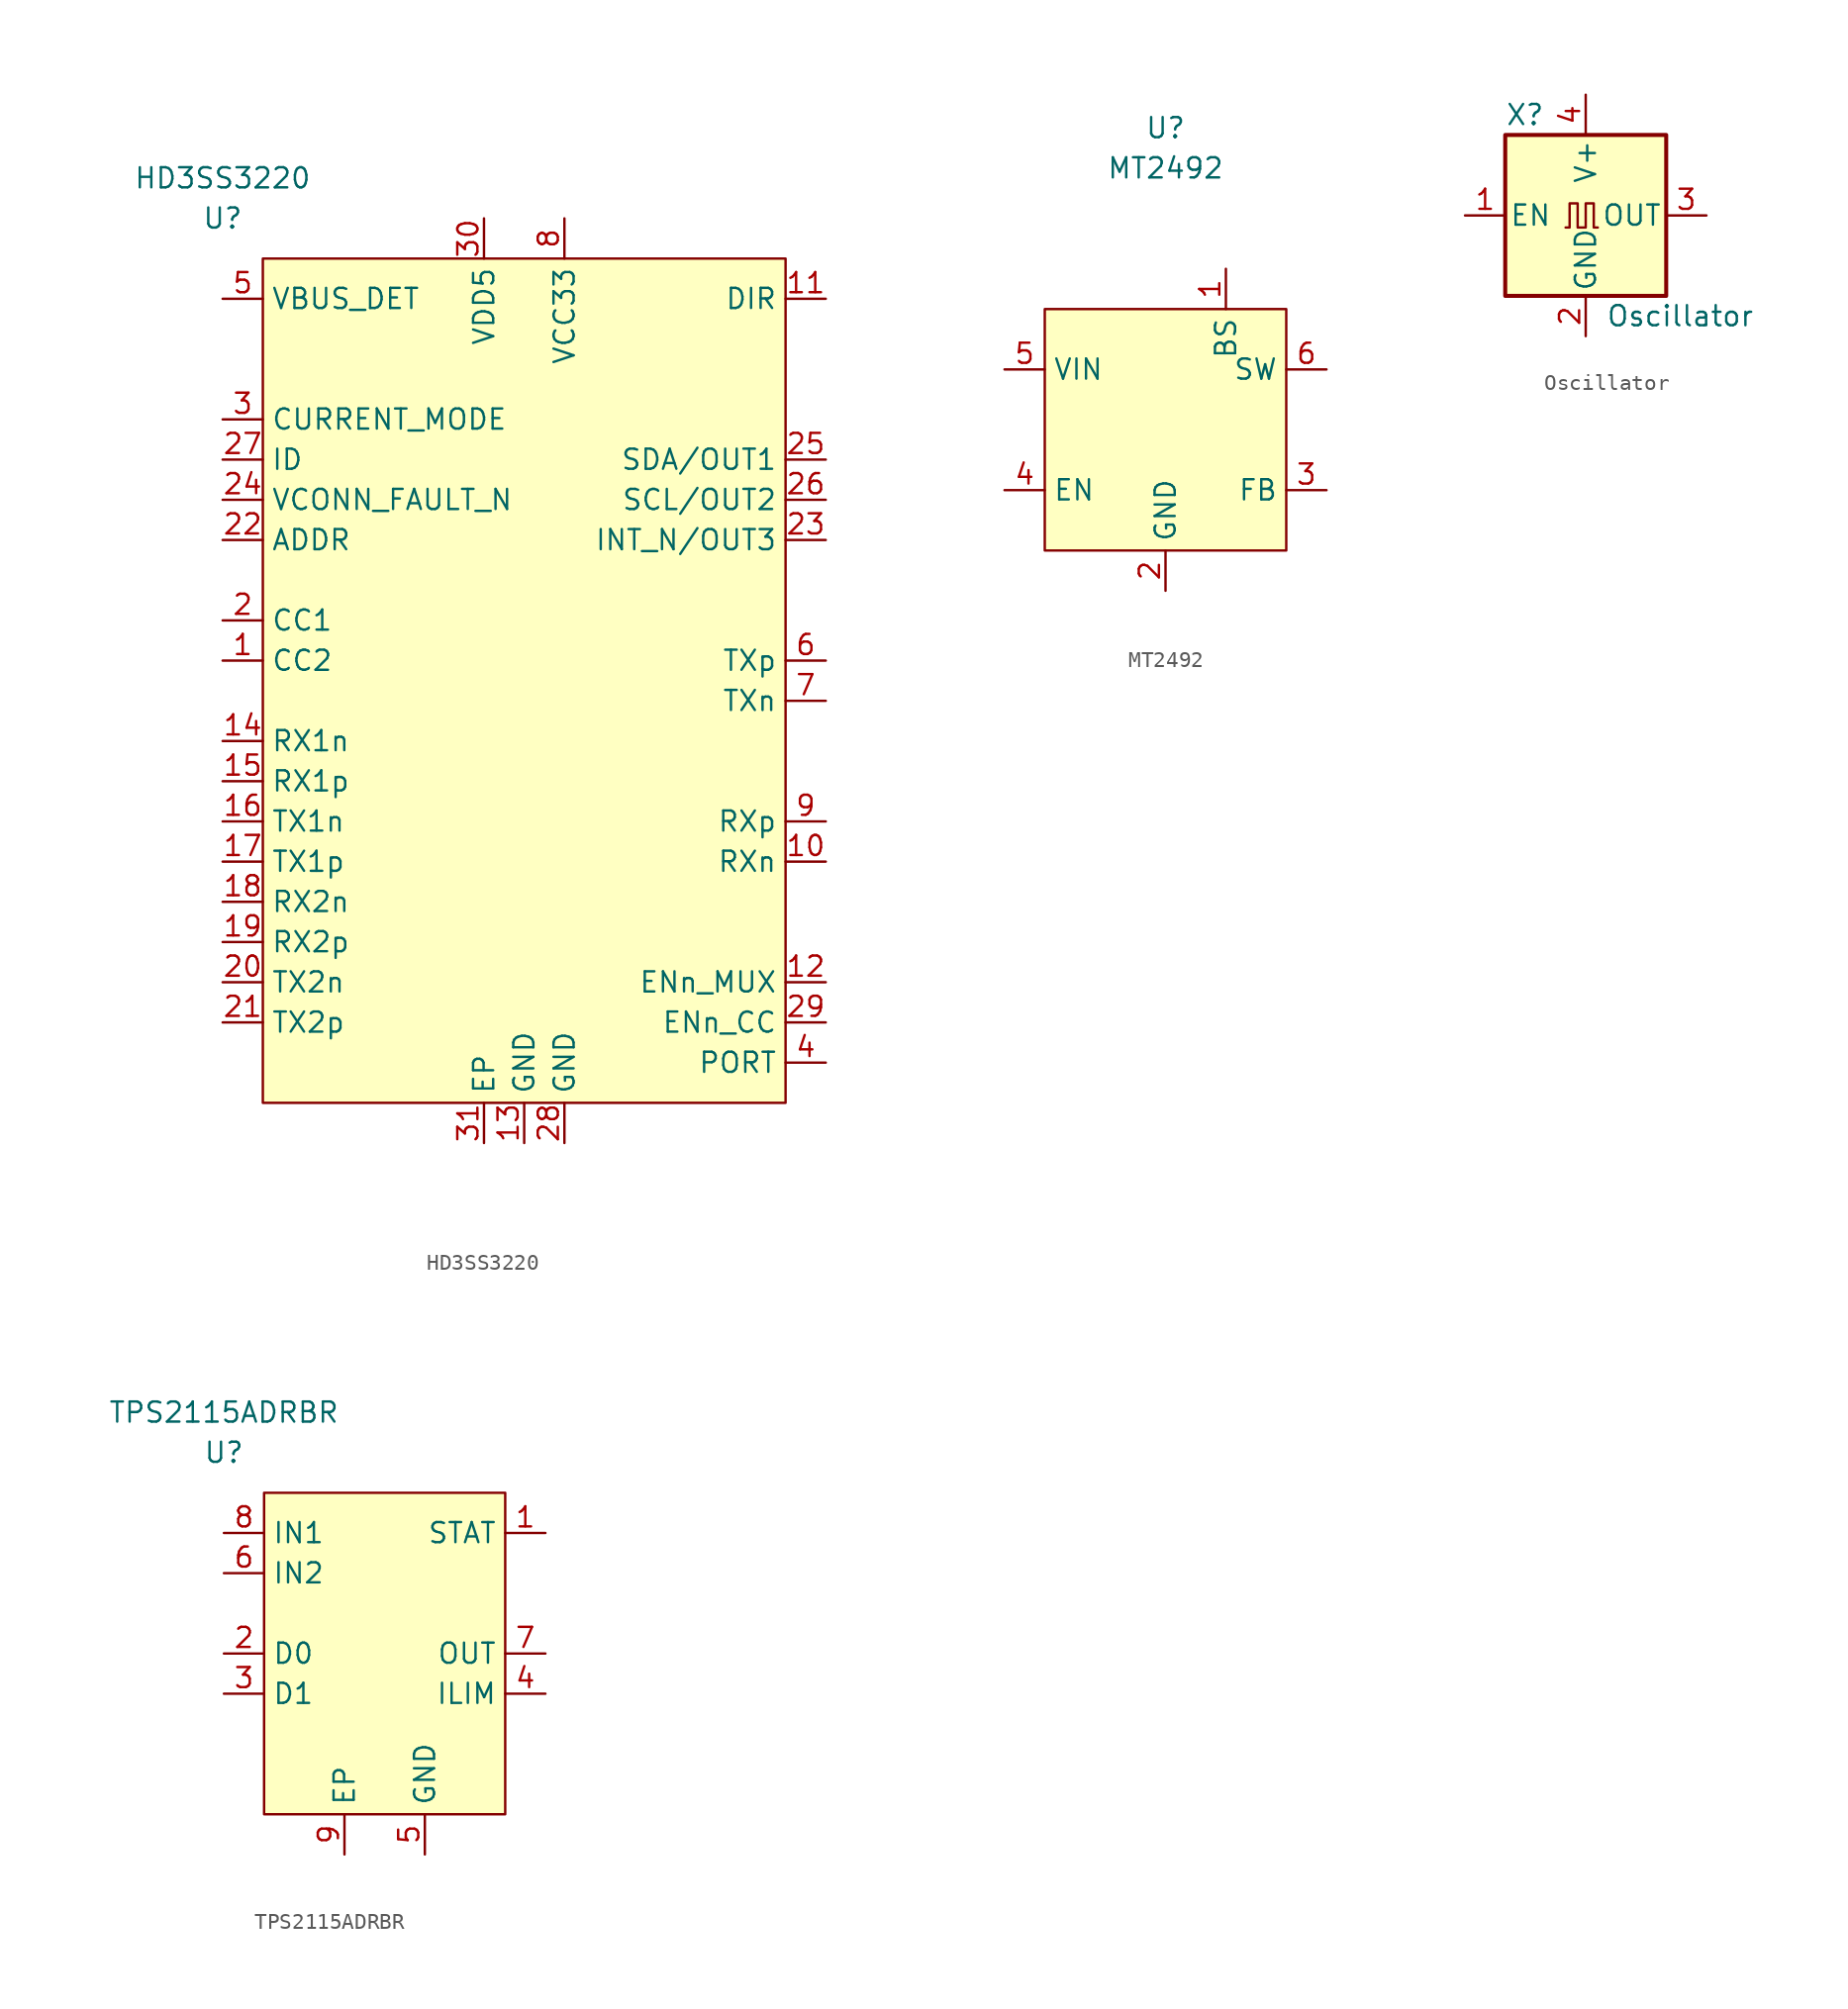
<source format=kicad_sym>
(kicad_symbol_lib
  (version 20220914)
  (generator kicad_symbol_editor)
  (symbol "HD3SS3220"
    (property "Reference" "U"
      (at 0 0 0)
      (effects (font (size 1.27 1.27))))
    (property "Value" "HD3SS3220"
      (at 0 2.54 0)
      (effects (font (size 1.27 1.27))))
    (symbol "HD3SS3220_0_1"
      (rectangle (start 2.54 -2.54) (end 35.56 -55.88) (stroke (width 0) (type default)) (fill (type background))))
    (symbol "HD3SS3220_1_1"
      (pin bidirectional line (at 0 -27.94 0) (length 2.54) (name "CC2" (effects (font (size 1.27 1.27)))) (number "1" (effects (font (size 1.27 1.27)))))
      (pin bidirectional line (at 38.1 -40.64 180) (length 2.54) (name "RXn" (effects (font (size 1.27 1.27)))) (number "10" (effects (font (size 1.27 1.27)))))
      (pin output line (at 38.1 -5.08 180) (length 2.54) (name "DIR" (effects (font (size 1.27 1.27)))) (number "11" (effects (font (size 1.27 1.27)))))
      (pin input line (at 38.1 -48.26 180) (length 2.54) (name "ENn_MUX" (effects (font (size 1.27 1.27)))) (number "12" (effects (font (size 1.27 1.27)))))
      (pin power_in line (at 19.05 -58.42 90) (length 2.54) (name "GND" (effects (font (size 1.27 1.27)))) (number "13" (effects (font (size 1.27 1.27)))))
      (pin bidirectional line (at 0 -33.02 0) (length 2.54) (name "RX1n" (effects (font (size 1.27 1.27)))) (number "14" (effects (font (size 1.27 1.27)))))
      (pin bidirectional line (at 0 -35.56 0) (length 2.54) (name "RX1p" (effects (font (size 1.27 1.27)))) (number "15" (effects (font (size 1.27 1.27)))))
      (pin bidirectional line (at 0 -38.1 0) (length 2.54) (name "TX1n" (effects (font (size 1.27 1.27)))) (number "16" (effects (font (size 1.27 1.27)))))
      (pin bidirectional line (at 0 -40.64 0) (length 2.54) (name "TX1p" (effects (font (size 1.27 1.27)))) (number "17" (effects (font (size 1.27 1.27)))))
      (pin bidirectional line (at 0 -43.18 0) (length 2.54) (name "RX2n" (effects (font (size 1.27 1.27)))) (number "18" (effects (font (size 1.27 1.27)))))
      (pin bidirectional line (at 0 -45.72 0) (length 2.54) (name "RX2p" (effects (font (size 1.27 1.27)))) (number "19" (effects (font (size 1.27 1.27)))))
      (pin bidirectional line (at 0 -25.4 0) (length 2.54) (name "CC1" (effects (font (size 1.27 1.27)))) (number "2" (effects (font (size 1.27 1.27)))))
      (pin bidirectional line (at 0 -48.26 0) (length 2.54) (name "TX2n" (effects (font (size 1.27 1.27)))) (number "20" (effects (font (size 1.27 1.27)))))
      (pin bidirectional line (at 0 -50.8 0) (length 2.54) (name "TX2p" (effects (font (size 1.27 1.27)))) (number "21" (effects (font (size 1.27 1.27)))))
      (pin input line (at 0 -20.32 0) (length 2.54) (name "ADDR" (effects (font (size 1.27 1.27)))) (number "22" (effects (font (size 1.27 1.27)))))
      (pin output line (at 38.1 -20.32 180) (length 2.54) (name "INT_N/OUT3" (effects (font (size 1.27 1.27)))) (number "23" (effects (font (size 1.27 1.27)))))
      (pin output line (at 0 -17.78 0) (length 2.54) (name "VCONN_FAULT_N" (effects (font (size 1.27 1.27)))) (number "24" (effects (font (size 1.27 1.27)))))
      (pin bidirectional line (at 38.1 -15.24 180) (length 2.54) (name "SDA/OUT1" (effects (font (size 1.27 1.27)))) (number "25" (effects (font (size 1.27 1.27)))))
      (pin bidirectional line (at 38.1 -17.78 180) (length 2.54) (name "SCL/OUT2" (effects (font (size 1.27 1.27)))) (number "26" (effects (font (size 1.27 1.27)))))
      (pin output line (at 0 -15.24 0) (length 2.54) (name "ID" (effects (font (size 1.27 1.27)))) (number "27" (effects (font (size 1.27 1.27)))))
      (pin power_in line (at 21.59 -58.42 90) (length 2.54) (name "GND" (effects (font (size 1.27 1.27)))) (number "28" (effects (font (size 1.27 1.27)))))
      (pin input line (at 38.1 -50.8 180) (length 2.54) (name "ENn_CC" (effects (font (size 1.27 1.27)))) (number "29" (effects (font (size 1.27 1.27)))))
      (pin input line (at 0 -12.7 0) (length 2.54) (name "CURRENT_MODE" (effects (font (size 1.27 1.27)))) (number "3" (effects (font (size 1.27 1.27)))))
      (pin input line (at 16.51 0 270) (length 2.54) (name "VDD5" (effects (font (size 1.27 1.27)))) (number "30" (effects (font (size 1.27 1.27)))))
      (pin power_in line (at 16.51 -58.42 90) (length 2.54) (name "EP" (effects (font (size 1.27 1.27)))) (number "31" (effects (font (size 1.27 1.27)))))
      (pin input line (at 38.1 -53.34 180) (length 2.54) (name "PORT" (effects (font (size 1.27 1.27)))) (number "4" (effects (font (size 1.27 1.27)))))
      (pin input line (at 0 -5.08 0) (length 2.54) (name "VBUS_DET" (effects (font (size 1.27 1.27)))) (number "5" (effects (font (size 1.27 1.27)))))
      (pin bidirectional line (at 38.1 -27.94 180) (length 2.54) (name "TXp" (effects (font (size 1.27 1.27)))) (number "6" (effects (font (size 1.27 1.27)))))
      (pin bidirectional line (at 38.1 -30.48 180) (length 2.54) (name "TXn" (effects (font (size 1.27 1.27)))) (number "7" (effects (font (size 1.27 1.27)))))
      (pin power_in line (at 21.59 0 270) (length 2.54) (name "VCC33" (effects (font (size 1.27 1.27)))) (number "8" (effects (font (size 1.27 1.27)))))
      (pin bidirectional line (at 38.1 -38.1 180) (length 2.54) (name "RXp" (effects (font (size 1.27 1.27)))) (number "9" (effects (font (size 1.27 1.27)))))))
  (symbol "MT2492"
    (property "Reference" "U"
      (at 0 2.54 0)
      (effects (font (size 1.27 1.27))))
    (property "Value" "MT2492"
      (at 0 0 0)
      (effects (font (size 1.27 1.27))))
    (symbol "MT2492_0_1"
      (rectangle (start -7.62 -8.89) (end 7.62 -24.13) (stroke (width 0) (type default)) (fill (type background))))
    (symbol "MT2492_1_1"
      (pin input line (at 3.81 -6.35 270) (length 2.54) (name "BS" (effects (font (size 1.27 1.27)))) (number "1" (effects (font (size 1.27 1.27)))))
      (pin power_in line (at 0 -26.67 90) (length 2.54) (name "GND" (effects (font (size 1.27 1.27)))) (number "2" (effects (font (size 1.27 1.27)))))
      (pin input line (at 10.16 -20.32 180) (length 2.54) (name "FB" (effects (font (size 1.27 1.27)))) (number "3" (effects (font (size 1.27 1.27)))))
      (pin input line (at -10.16 -20.32 0) (length 2.54) (name "EN" (effects (font (size 1.27 1.27)))) (number "4" (effects (font (size 1.27 1.27)))))
      (pin power_in line (at -10.16 -12.7 0) (length 2.54) (name "VIN" (effects (font (size 1.27 1.27)))) (number "5" (effects (font (size 1.27 1.27)))))
      (pin input line (at 10.16 -12.7 180) (length 2.54) (name "SW" (effects (font (size 1.27 1.27)))) (number "6" (effects (font (size 1.27 1.27)))))))
  (symbol "Oscillator"
    (pin_names
      (offset 0.254))
    (property "Reference" "X"
      (at -5.08 6.35 0)
      (effects (font (size 1.27 1.27)) (justify left)))
    (property "Value" "Oscillator"
      (at 1.27 -6.35 0)
      (effects (font (size 1.27 1.27)) (justify left)))
    (symbol "Oscillator_0_1"
      (rectangle (start -5.08 5.08) (end 5.08 -5.08) (stroke (width 0.254) (type default)) (fill (type background)))
      (polyline (pts (xy -1.27 -0.762) (xy -1.016 -0.762) (xy -1.016 0.762) (xy -0.508 0.762) (xy -0.508 -0.762) (xy 0 -0.762) (xy 0 0.762) (xy 0.508 0.762) (xy 0.508 -0.762) (xy 0.762 -0.762)) (stroke (width 0) (type default)) (fill (type none))))
    (symbol "Oscillator_1_1"
      (pin input line (at -7.62 0 0) (length 2.54) (name "EN" (effects (font (size 1.27 1.27)))) (number "1" (effects (font (size 1.27 1.27)))))
      (pin power_in line (at 0 -7.62 90) (length 2.54) (name "GND" (effects (font (size 1.27 1.27)))) (number "2" (effects (font (size 1.27 1.27)))))
      (pin output line (at 7.62 0 180) (length 2.54) (name "OUT" (effects (font (size 1.27 1.27)))) (number "3" (effects (font (size 1.27 1.27)))))
      (pin power_in line (at 0 7.62 270) (length 2.54) (name "V+" (effects (font (size 1.27 1.27)))) (number "4" (effects (font (size 1.27 1.27)))))))
  (symbol "TPS2115ADRBR"
    (property "Reference" "U"
      (at 0 0 0)
      (effects (font (size 1.27 1.27))))
    (property "Value" "TPS2115ADRBR"
      (at 0 2.54 0)
      (effects (font (size 1.27 1.27))))
    (symbol "TPS2115ADRBR_0_1"
      (rectangle (start 2.54 -2.54) (end 17.78 -22.86) (stroke (width 0) (type default)) (fill (type background))))
    (symbol "TPS2115ADRBR_1_1"
      (pin output line (at 20.32 -5.08 180) (length 2.54) (name "STAT" (effects (font (size 1.27 1.27)))) (number "1" (effects (font (size 1.27 1.27)))))
      (pin input line (at 0 -12.7 0) (length 2.54) (name "D0" (effects (font (size 1.27 1.27)))) (number "2" (effects (font (size 1.27 1.27)))))
      (pin input line (at 0 -15.24 0) (length 2.54) (name "D1" (effects (font (size 1.27 1.27)))) (number "3" (effects (font (size 1.27 1.27)))))
      (pin input line (at 20.32 -15.24 180) (length 2.54) (name "ILIM" (effects (font (size 1.27 1.27)))) (number "4" (effects (font (size 1.27 1.27)))))
      (pin power_in line (at 12.7 -25.4 90) (length 2.54) (name "GND" (effects (font (size 1.27 1.27)))) (number "5" (effects (font (size 1.27 1.27)))))
      (pin power_in line (at 0 -7.62 0) (length 2.54) (name "IN2" (effects (font (size 1.27 1.27)))) (number "6" (effects (font (size 1.27 1.27)))))
      (pin power_in line (at 20.32 -12.7 180) (length 2.54) (name "OUT" (effects (font (size 1.27 1.27)))) (number "7" (effects (font (size 1.27 1.27)))))
      (pin power_in line (at 0 -5.08 0) (length 2.54) (name "IN1" (effects (font (size 1.27 1.27)))) (number "8" (effects (font (size 1.27 1.27)))))
      (pin power_in line (at 7.62 -25.4 90) (length 2.54) (name "EP" (effects (font (size 1.27 1.27)))) (number "9" (effects (font (size 1.27 1.27))))))))
</source>
